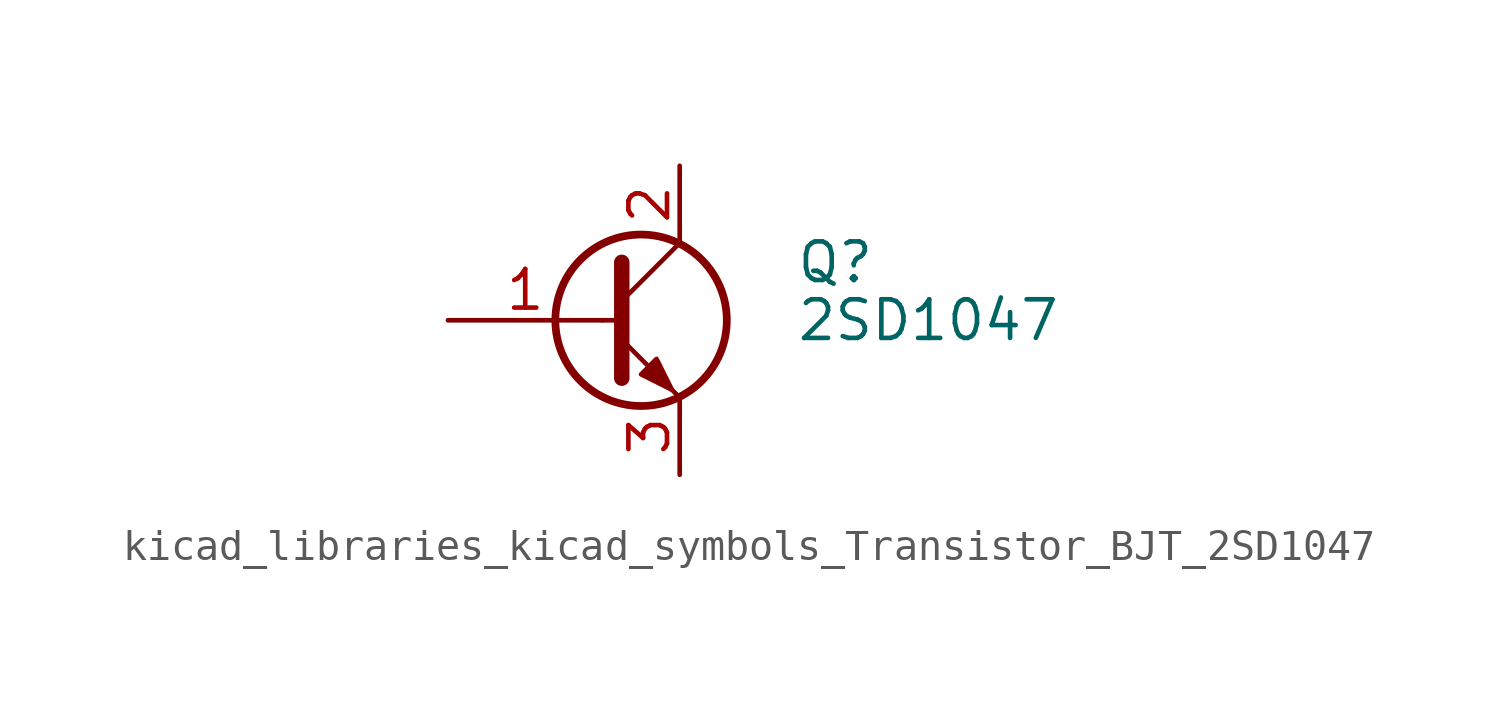
<source format=kicad_sym>
(kicad_symbol_lib
  (version 20220914)
  (generator kicad_symbol_editor)
  (symbol "kicad_libraries_kicad_symbols_Transistor_BJT_2SD1047"
    (pin_names
      (offset 0) hide)
    (property "Reference" "Q"
      (at 6.35 1.905 0)
      (effects (font (size 1.27 1.27)) (justify left)))
    (property "Value" "2SD1047"
      (at 6.35 0 0)
      (effects (font (size 1.27 1.27)) (justify left)))
    (symbol "kicad_libraries_kicad_symbols_Transistor_BJT_2SD1047_0_1"
      (polyline (pts (xy 0 0) (xy 0.762 0)) (stroke (width 0) (type default)) (fill (type none)))
      (polyline (pts (xy 0.635 0.635) (xy 2.54 2.54)) (stroke (width 0) (type default)) (fill (type none)))
      (polyline (pts (xy 0.635 -0.635) (xy 2.54 -2.54) (xy 2.54 -2.54)) (stroke (width 0) (type default)) (fill (type none)))
      (polyline (pts (xy 0.635 1.905) (xy 0.635 -1.905) (xy 0.635 -1.905)) (stroke (width 0.508) (type default)) (fill (type none)))
      (polyline (pts (xy 1.27 -1.778) (xy 1.778 -1.27) (xy 2.286 -2.286) (xy 1.27 -1.778) (xy 1.27 -1.778)) (stroke (width 0) (type default)) (fill (type outline)))
      (circle (center 1.27 0) (radius 2.819) (stroke (width 0.254) (type default)) (fill (type none))))
    (symbol "kicad_libraries_kicad_symbols_Transistor_BJT_2SD1047_1_1"
      (pin input line (at -5.08 0 0) (length 5.08) (name "B" (effects (font (size 1.27 1.27)))) (number "1" (effects (font (size 1.27 1.27)))))
      (pin passive line (at 2.54 5.08 270) (length 2.54) (name "C" (effects (font (size 1.27 1.27)))) (number "2" (effects (font (size 1.27 1.27)))))
      (pin passive line (at 2.54 -5.08 90) (length 2.54) (name "E" (effects (font (size 1.27 1.27)))) (number "3" (effects (font (size 1.27 1.27))))))))
</source>
